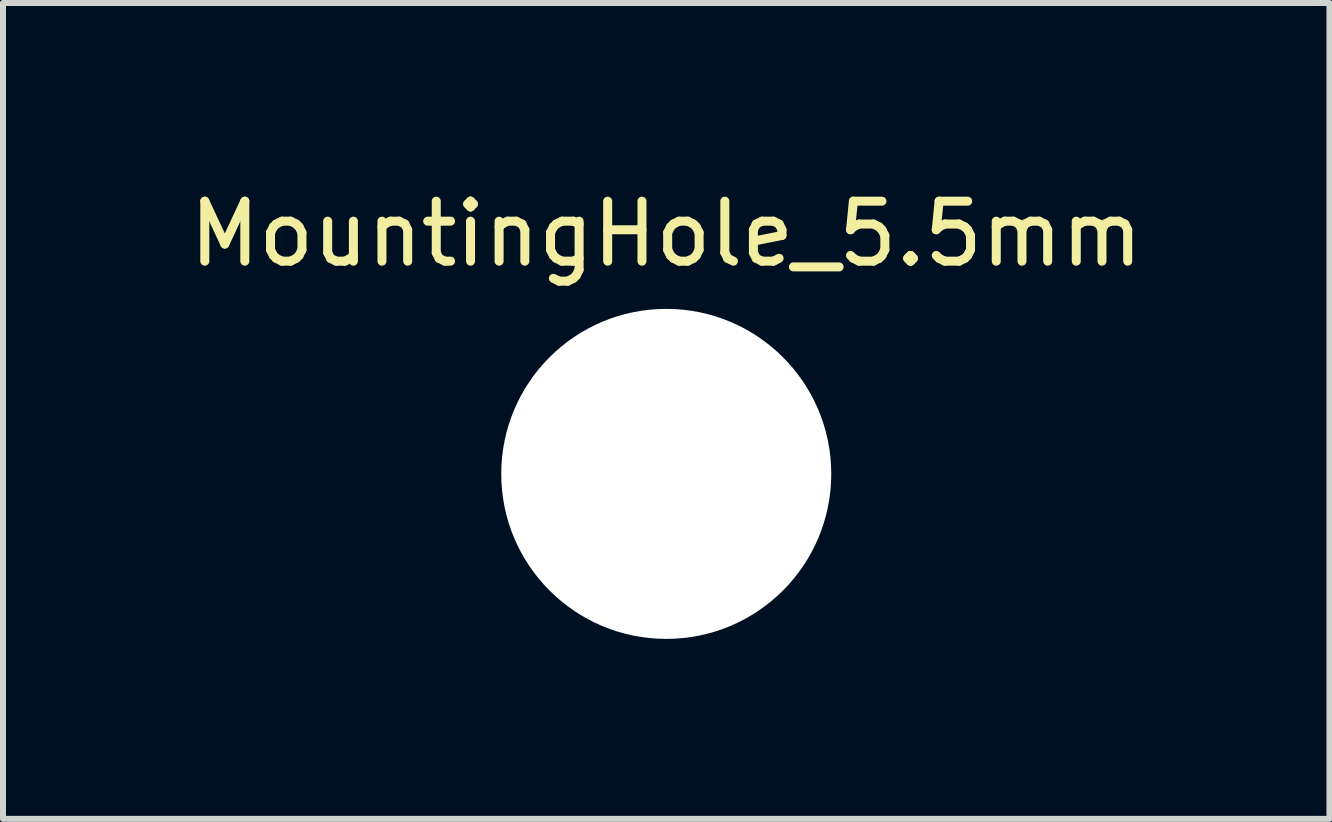
<source format=kicad_pcb>
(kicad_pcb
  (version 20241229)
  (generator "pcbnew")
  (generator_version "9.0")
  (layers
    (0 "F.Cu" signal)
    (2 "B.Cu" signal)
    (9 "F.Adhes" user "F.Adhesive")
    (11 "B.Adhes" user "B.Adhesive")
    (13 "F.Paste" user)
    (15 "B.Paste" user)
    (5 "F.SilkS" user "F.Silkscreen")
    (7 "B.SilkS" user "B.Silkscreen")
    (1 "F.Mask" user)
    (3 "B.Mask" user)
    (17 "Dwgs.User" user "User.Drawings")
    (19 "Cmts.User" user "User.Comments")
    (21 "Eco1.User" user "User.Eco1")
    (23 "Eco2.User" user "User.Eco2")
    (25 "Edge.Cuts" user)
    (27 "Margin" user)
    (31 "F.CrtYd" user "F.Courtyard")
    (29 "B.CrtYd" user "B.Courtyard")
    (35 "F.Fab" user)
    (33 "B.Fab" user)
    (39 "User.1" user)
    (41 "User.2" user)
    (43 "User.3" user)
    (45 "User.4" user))
  (footprint "MountingHole_5.5mm"
    (layer "F.Cu")
    (at 8.054 4.848)
    (property "Reference" "MountingHole_5.5mm" (at 0 -4 0) (layer "F.SilkS") (effects (font (size 1 1) (thickness 0.15))))
    (attr exclude_from_pos_files exclude_from_bom)
    (pad "" np_thru_hole circle (at 0 0) (size 5.5 5.5) (drill 5.5) (layers "*.Cu" "*.Mask")))
  (gr_rect
    (start -3 -3)
    (end 19.107 10.598)
    (stroke (width 0.1) (type default))
    (fill no)
    (layer "Edge.Cuts")))
</source>
